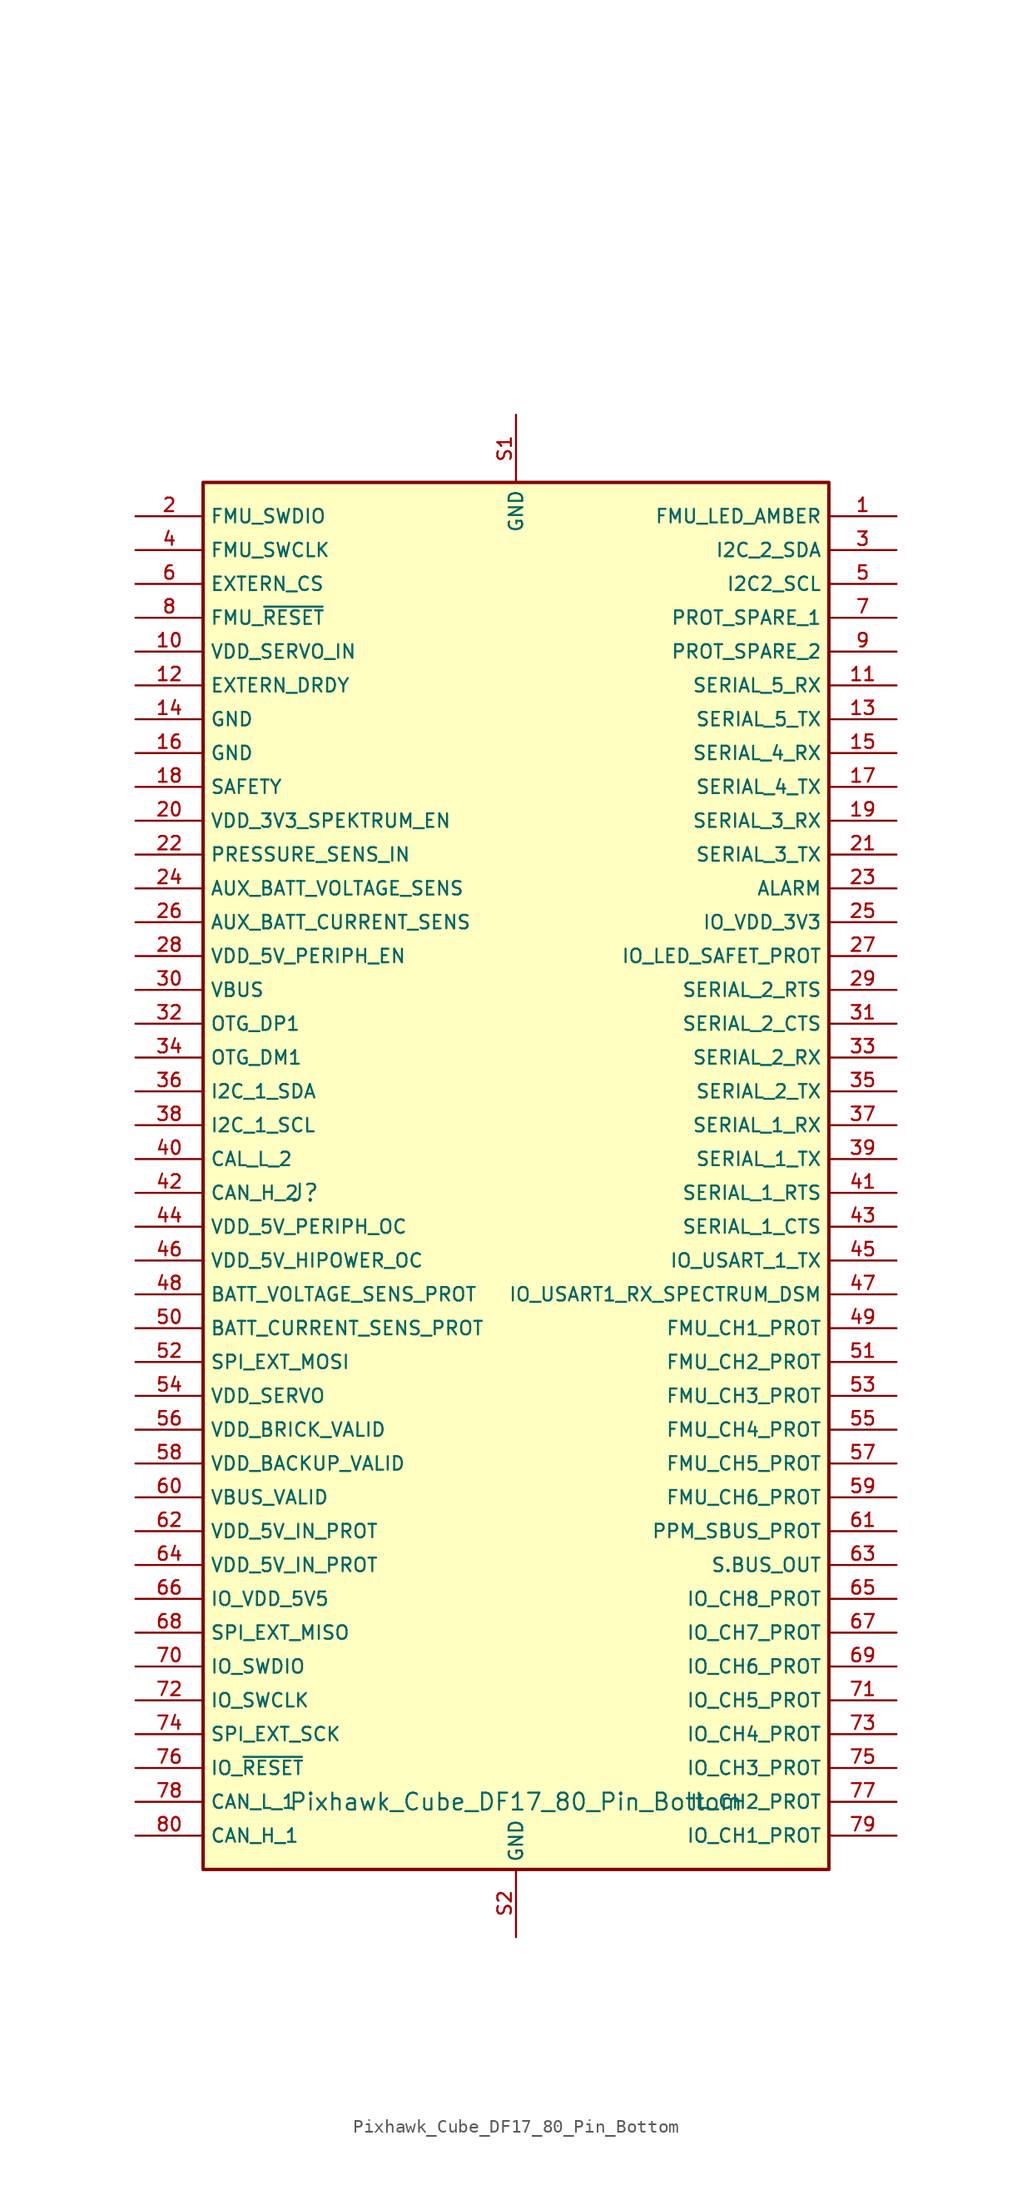
<source format=kicad_sym>
(kicad_symbol_lib
  (version 20211014)
  (generator kicad_symbol_editor)
  (symbol "Pixhawk_Cube_DF17_80_Pin_Bottom"
    (property "Reference" "J"
      (at -15.875 0 0)
      (effects (font (size 1.27 1.27))))
    (property "Value" "Pixhawk_Cube_DF17_80_Pin_Bottom"
      (at 0 -45.72 0)
      (effects (font (size 1.27 1.27))))
    (symbol "Pixhawk_Cube_DF17_80_Pin_Bottom_0_0"
      (rectangle (start -23.495 53.34) (end 23.495 -50.8) (stroke (width 0.254) (type default) (color 0 0 0 0)) (fill (type background)))
      (text "" (at 17.78 72.39 0) (effects (font (size 1.27 1.27))))
      (pin output line (at 28.575 50.8 180) (length 5.08) (name "FMU_LED_AMBER" (effects (font (size 1.016 1.016)))) (number "1" (effects (font (size 1.016 1.016)))))
      (pin input line (at -28.575 40.64 0) (length 5.08) (name "VDD_SERVO_IN" (effects (font (size 1.016 1.016)))) (number "10" (effects (font (size 1.016 1.016)))))
      (pin input line (at 28.575 38.1 180) (length 5.08) (name "SERIAL_5_RX" (effects (font (size 1.016 1.016)))) (number "11" (effects (font (size 1.016 1.016)))))
      (pin input line (at -28.575 38.1 0) (length 5.08) (name "EXTERN_DRDY" (effects (font (size 1.016 1.016)))) (number "12" (effects (font (size 1.016 1.016)))))
      (pin output line (at 28.575 35.56 180) (length 5.08) (name "SERIAL_5_TX" (effects (font (size 1.016 1.016)))) (number "13" (effects (font (size 1.016 1.016)))))
      (pin power_in line (at -28.575 35.56 0) (length 5.08) (name "GND" (effects (font (size 1.016 1.016)))) (number "14" (effects (font (size 1.016 1.016)))))
      (pin input line (at 28.575 33.02 180) (length 5.08) (name "SERIAL_4_RX" (effects (font (size 1.016 1.016)))) (number "15" (effects (font (size 1.016 1.016)))))
      (pin power_in line (at -28.575 33.02 0) (length 5.08) (name "GND" (effects (font (size 1.016 1.016)))) (number "16" (effects (font (size 1.016 1.016)))))
      (pin output line (at 28.575 30.48 180) (length 5.08) (name "SERIAL_4_TX" (effects (font (size 1.016 1.016)))) (number "17" (effects (font (size 1.016 1.016)))))
      (pin unspecified line (at -28.575 30.48 0) (length 5.08) (name "SAFETY" (effects (font (size 1.016 1.016)))) (number "18" (effects (font (size 1.016 1.016)))))
      (pin input line (at 28.575 27.94 180) (length 5.08) (name "SERIAL_3_RX" (effects (font (size 1.016 1.016)))) (number "19" (effects (font (size 1.016 1.016)))))
      (pin bidirectional line (at -28.575 50.8 0) (length 5.08) (name "FMU_SWDIO" (effects (font (size 1.016 1.016)))) (number "2" (effects (font (size 1.016 1.016)))))
      (pin output line (at -28.575 27.94 0) (length 5.08) (name "VDD_3V3_SPEKTRUM_EN" (effects (font (size 1.016 1.016)))) (number "20" (effects (font (size 1.016 1.016)))))
      (pin output line (at 28.575 25.4 180) (length 5.08) (name "SERIAL_3_TX" (effects (font (size 1.016 1.016)))) (number "21" (effects (font (size 1.016 1.016)))))
      (pin input line (at -28.575 25.4 0) (length 5.08) (name "PRESSURE_SENS_IN" (effects (font (size 1.016 1.016)))) (number "22" (effects (font (size 1.016 1.016)))))
      (pin output line (at 28.575 22.86 180) (length 5.08) (name "ALARM" (effects (font (size 1.016 1.016)))) (number "23" (effects (font (size 1.016 1.016)))))
      (pin input line (at -28.575 22.86 0) (length 5.08) (name "AUX_BATT_VOLTAGE_SENS" (effects (font (size 1.016 1.016)))) (number "24" (effects (font (size 1.016 1.016)))))
      (pin input line (at 28.575 20.32 180) (length 5.08) (name "IO_VDD_3V3" (effects (font (size 1.016 1.016)))) (number "25" (effects (font (size 1.016 1.016)))))
      (pin input line (at -28.575 20.32 0) (length 5.08) (name "AUX_BATT_CURRENT_SENS" (effects (font (size 1.016 1.016)))) (number "26" (effects (font (size 1.016 1.016)))))
      (pin output line (at 28.575 17.78 180) (length 5.08) (name "IO_LED_SAFET_PROT" (effects (font (size 1.016 1.016)))) (number "27" (effects (font (size 1.016 1.016)))))
      (pin output line (at -28.575 17.78 0) (length 5.08) (name "VDD_5V_PERIPH_EN" (effects (font (size 1.016 1.016)))) (number "28" (effects (font (size 1.016 1.016)))))
      (pin bidirectional line (at 28.575 15.24 180) (length 5.08) (name "SERIAL_2_RTS" (effects (font (size 1.016 1.016)))) (number "29" (effects (font (size 1.016 1.016)))))
      (pin bidirectional line (at 28.575 48.26 180) (length 5.08) (name "I2C_2_SDA" (effects (font (size 1.016 1.016)))) (number "3" (effects (font (size 1.016 1.016)))))
      (pin input line (at -28.575 15.24 0) (length 5.08) (name "VBUS" (effects (font (size 1.016 1.016)))) (number "30" (effects (font (size 1.016 1.016)))))
      (pin bidirectional line (at 28.575 12.7 180) (length 5.08) (name "SERIAL_2_CTS" (effects (font (size 1.016 1.016)))) (number "31" (effects (font (size 1.016 1.016)))))
      (pin bidirectional line (at -28.575 12.7 0) (length 5.08) (name "OTG_DP1" (effects (font (size 1.016 1.016)))) (number "32" (effects (font (size 1.016 1.016)))))
      (pin input line (at 28.575 10.16 180) (length 5.08) (name "SERIAL_2_RX" (effects (font (size 1.016 1.016)))) (number "33" (effects (font (size 1.016 1.016)))))
      (pin bidirectional line (at -28.575 10.16 0) (length 5.08) (name "OTG_DM1" (effects (font (size 1.016 1.016)))) (number "34" (effects (font (size 1.016 1.016)))))
      (pin output line (at 28.575 7.62 180) (length 5.08) (name "SERIAL_2_TX" (effects (font (size 1.016 1.016)))) (number "35" (effects (font (size 1.016 1.016)))))
      (pin bidirectional line (at -28.575 7.62 0) (length 5.08) (name "I2C_1_SDA" (effects (font (size 1.016 1.016)))) (number "36" (effects (font (size 1.016 1.016)))))
      (pin input line (at 28.575 5.08 180) (length 5.08) (name "SERIAL_1_RX" (effects (font (size 1.016 1.016)))) (number "37" (effects (font (size 1.016 1.016)))))
      (pin output line (at -28.575 5.08 0) (length 5.08) (name "I2C_1_SCL" (effects (font (size 1.016 1.016)))) (number "38" (effects (font (size 1.016 1.016)))))
      (pin output line (at 28.575 2.54 180) (length 5.08) (name "SERIAL_1_TX" (effects (font (size 1.016 1.016)))) (number "39" (effects (font (size 1.016 1.016)))))
      (pin output line (at -28.575 48.26 0) (length 5.08) (name "FMU_SWCLK" (effects (font (size 1.016 1.016)))) (number "4" (effects (font (size 1.016 1.016)))))
      (pin bidirectional line (at -28.575 2.54 0) (length 5.08) (name "CAL_L_2" (effects (font (size 1.016 1.016)))) (number "40" (effects (font (size 1.016 1.016)))))
      (pin bidirectional line (at 28.575 0 180) (length 5.08) (name "SERIAL_1_RTS" (effects (font (size 1.016 1.016)))) (number "41" (effects (font (size 1.016 1.016)))))
      (pin bidirectional line (at -28.575 0 0) (length 5.08) (name "CAN_H_2" (effects (font (size 1.016 1.016)))) (number "42" (effects (font (size 1.016 1.016)))))
      (pin bidirectional line (at 28.575 -2.54 180) (length 5.08) (name "SERIAL_1_CTS" (effects (font (size 1.016 1.016)))) (number "43" (effects (font (size 1.016 1.016)))))
      (pin input line (at -28.575 -2.54 0) (length 5.08) (name "VDD_5V_PERIPH_OC" (effects (font (size 1.016 1.016)))) (number "44" (effects (font (size 1.016 1.016)))))
      (pin output line (at 28.575 -5.08 180) (length 5.08) (name "IO_USART_1_TX" (effects (font (size 1.016 1.016)))) (number "45" (effects (font (size 1.016 1.016)))))
      (pin input line (at -28.575 -5.08 0) (length 5.08) (name "VDD_5V_HIPOWER_OC" (effects (font (size 1.016 1.016)))) (number "46" (effects (font (size 1.016 1.016)))))
      (pin output line (at 28.575 -7.62 180) (length 5.08) (name "IO_USART1_RX_SPECTRUM_DSM" (effects (font (size 1.016 1.016)))) (number "47" (effects (font (size 1.016 1.016)))))
      (pin input line (at -28.575 -7.62 0) (length 5.08) (name "BATT_VOLTAGE_SENS_PROT" (effects (font (size 1.016 1.016)))) (number "48" (effects (font (size 1.016 1.016)))))
      (pin output line (at 28.575 -10.16 180) (length 5.08) (name "FMU_CH1_PROT" (effects (font (size 1.016 1.016)))) (number "49" (effects (font (size 1.016 1.016)))))
      (pin output line (at 28.575 45.72 180) (length 5.08) (name "I2C2_SCL" (effects (font (size 1.016 1.016)))) (number "5" (effects (font (size 1.016 1.016)))))
      (pin input line (at -28.575 -10.16 0) (length 5.08) (name "BATT_CURRENT_SENS_PROT" (effects (font (size 1.016 1.016)))) (number "50" (effects (font (size 1.016 1.016)))))
      (pin output line (at 28.575 -12.7 180) (length 5.08) (name "FMU_CH2_PROT" (effects (font (size 1.016 1.016)))) (number "51" (effects (font (size 1.016 1.016)))))
      (pin output line (at -28.575 -12.7 0) (length 5.08) (name "SPI_EXT_MOSI" (effects (font (size 1.016 1.016)))) (number "52" (effects (font (size 1.016 1.016)))))
      (pin output line (at 28.575 -15.24 180) (length 5.08) (name "FMU_CH3_PROT" (effects (font (size 1.016 1.016)))) (number "53" (effects (font (size 1.016 1.016)))))
      (pin input line (at -28.575 -15.24 0) (length 5.08) (name "VDD_SERVO" (effects (font (size 1.016 1.016)))) (number "54" (effects (font (size 1.016 1.016)))))
      (pin output line (at 28.575 -17.78 180) (length 5.08) (name "FMU_CH4_PROT" (effects (font (size 1.016 1.016)))) (number "55" (effects (font (size 1.016 1.016)))))
      (pin input line (at -28.575 -17.78 0) (length 5.08) (name "VDD_BRICK_VALID" (effects (font (size 1.016 1.016)))) (number "56" (effects (font (size 1.016 1.016)))))
      (pin output line (at 28.575 -20.32 180) (length 5.08) (name "FMU_CH5_PROT" (effects (font (size 1.016 1.016)))) (number "57" (effects (font (size 1.016 1.016)))))
      (pin input line (at -28.575 -20.32 0) (length 5.08) (name "VDD_BACKUP_VALID" (effects (font (size 1.016 1.016)))) (number "58" (effects (font (size 1.016 1.016)))))
      (pin output line (at 28.575 -22.86 180) (length 5.08) (name "FMU_CH6_PROT" (effects (font (size 1.016 1.016)))) (number "59" (effects (font (size 1.016 1.016)))))
      (pin output line (at -28.575 45.72 0) (length 5.08) (name "EXTERN_CS" (effects (font (size 1.016 1.016)))) (number "6" (effects (font (size 1.016 1.016)))))
      (pin input line (at -28.575 -22.86 0) (length 5.08) (name "VBUS_VALID" (effects (font (size 1.016 1.016)))) (number "60" (effects (font (size 1.016 1.016)))))
      (pin input line (at 28.575 -25.4 180) (length 5.08) (name "PPM_SBUS_PROT" (effects (font (size 1.016 1.016)))) (number "61" (effects (font (size 1.016 1.016)))))
      (pin input line (at -28.575 -25.4 0) (length 5.08) (name "VDD_5V_IN_PROT" (effects (font (size 1.016 1.016)))) (number "62" (effects (font (size 1.016 1.016)))))
      (pin output line (at 28.575 -27.94 180) (length 5.08) (name "S.BUS_OUT" (effects (font (size 1.016 1.016)))) (number "63" (effects (font (size 1.016 1.016)))))
      (pin input line (at -28.575 -27.94 0) (length 5.08) (name "VDD_5V_IN_PROT" (effects (font (size 1.016 1.016)))) (number "64" (effects (font (size 1.016 1.016)))))
      (pin output line (at 28.575 -30.48 180) (length 5.08) (name "IO_CH8_PROT" (effects (font (size 1.016 1.016)))) (number "65" (effects (font (size 1.016 1.016)))))
      (pin output line (at -28.575 -30.48 0) (length 5.08) (name "IO_VDD_5V5" (effects (font (size 1.016 1.016)))) (number "66" (effects (font (size 1.016 1.016)))))
      (pin output line (at 28.575 -33.02 180) (length 5.08) (name "IO_CH7_PROT" (effects (font (size 1.016 1.016)))) (number "67" (effects (font (size 1.016 1.016)))))
      (pin input line (at -28.575 -33.02 0) (length 5.08) (name "SPI_EXT_MISO" (effects (font (size 1.016 1.016)))) (number "68" (effects (font (size 1.016 1.016)))))
      (pin output line (at 28.575 -35.56 180) (length 5.08) (name "IO_CH6_PROT" (effects (font (size 1.016 1.016)))) (number "69" (effects (font (size 1.016 1.016)))))
      (pin unspecified line (at 28.575 43.18 180) (length 5.08) (name "PROT_SPARE_1" (effects (font (size 1.016 1.016)))) (number "7" (effects (font (size 1.016 1.016)))))
      (pin bidirectional line (at -28.575 -35.56 0) (length 5.08) (name "IO_SWDIO" (effects (font (size 1.016 1.016)))) (number "70" (effects (font (size 1.016 1.016)))))
      (pin output line (at 28.575 -38.1 180) (length 5.08) (name "IO_CH5_PROT" (effects (font (size 1.016 1.016)))) (number "71" (effects (font (size 1.016 1.016)))))
      (pin output line (at -28.575 -38.1 0) (length 5.08) (name "IO_SWCLK" (effects (font (size 1.016 1.016)))) (number "72" (effects (font (size 1.016 1.016)))))
      (pin output line (at 28.575 -40.64 180) (length 5.08) (name "IO_CH4_PROT" (effects (font (size 1.016 1.016)))) (number "73" (effects (font (size 1.016 1.016)))))
      (pin output line (at -28.575 -40.64 0) (length 5.08) (name "SPI_EXT_SCK" (effects (font (size 1.016 1.016)))) (number "74" (effects (font (size 1.016 1.016)))))
      (pin output line (at 28.575 -43.18 180) (length 5.08) (name "IO_CH3_PROT" (effects (font (size 1.016 1.016)))) (number "75" (effects (font (size 1.016 1.016)))))
      (pin passive line (at -28.575 -43.18 0) (length 5.08) (name "IO_~{RESET}" (effects (font (size 1.016 1.016)))) (number "76" (effects (font (size 1.016 1.016)))))
      (pin output line (at 28.575 -45.72 180) (length 5.08) (name "IL_CH2_PROT" (effects (font (size 1.016 1.016)))) (number "77" (effects (font (size 1.016 1.016)))))
      (pin bidirectional line (at -28.575 -45.72 0) (length 5.08) (name "CAN_L_1" (effects (font (size 1.016 1.016)))) (number "78" (effects (font (size 1.016 1.016)))))
      (pin output line (at 28.575 -48.26 180) (length 5.08) (name "IO_CH1_PROT" (effects (font (size 1.016 1.016)))) (number "79" (effects (font (size 1.016 1.016)))))
      (pin input line (at -28.575 43.18 0) (length 5.08) (name "FMU_~{RESET}" (effects (font (size 1.016 1.016)))) (number "8" (effects (font (size 1.016 1.016)))))
      (pin bidirectional line (at -28.575 -48.26 0) (length 5.08) (name "CAN_H_1" (effects (font (size 1.016 1.016)))) (number "80" (effects (font (size 1.016 1.016)))))
      (pin unspecified line (at 28.575 40.64 180) (length 5.08) (name "PROT_SPARE_2" (effects (font (size 1.016 1.016)))) (number "9" (effects (font (size 1.016 1.016)))))
      (pin bidirectional line (at 0 58.42 270) (length 5.08) (name "GND" (effects (font (size 1.016 1.016)))) (number "S1" (effects (font (size 1.016 1.016)))))
      (pin bidirectional line (at 0 -55.88 90) (length 5.08) (name "GND" (effects (font (size 1.016 1.016)))) (number "S2" (effects (font (size 1.016 1.016))))))))
</source>
